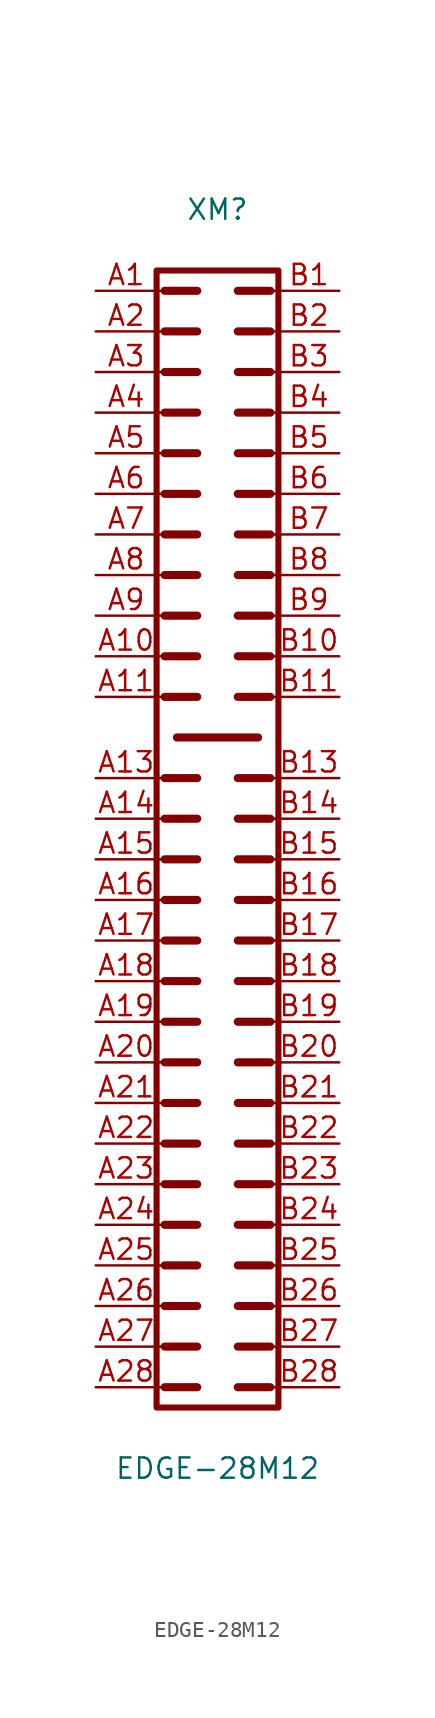
<source format=kicad_sym>
(kicad_symbol_lib
  (version 20231120)
  (generator "kicad_symbol_editor")
  (generator_version "8.0")
  (symbol "EDGE-28M12"
    (pin_names
      (offset 1.016))
    (property "Reference" "XM"
      (at 0 39.37 0)
      (effects (font (size 1.27 1.27))))
    (property "Value" "EDGE-28M12"
      (at 0 -39.37 0)
      (effects (font (size 1.27 1.27))))
    (symbol "EDGE-28M12_0_0"
      (polyline (pts (xy -2.54 6.35) (xy 2.54 6.35)) (stroke (width 0.508) (type default)) (fill (type none))))
    (symbol "EDGE-28M12_0_1"
      (rectangle (start -3.81 35.56) (end 3.81 -35.56) (stroke (width 0.381) (type default)) (fill (type none)))
      (polyline (pts (xy -3.81 -34.29) (xy -3.302 -34.29)) (stroke (width 0) (type default)) (fill (type none)))
      (polyline (pts (xy -3.81 -31.75) (xy -3.302 -31.75)) (stroke (width 0) (type default)) (fill (type none)))
      (polyline (pts (xy -3.81 -29.21) (xy -3.302 -29.21)) (stroke (width 0) (type default)) (fill (type none)))
      (polyline (pts (xy -3.81 -26.67) (xy -3.302 -26.67)) (stroke (width 0) (type default)) (fill (type none)))
      (polyline (pts (xy -3.81 -24.13) (xy -3.302 -24.13)) (stroke (width 0) (type default)) (fill (type none)))
      (polyline (pts (xy -3.81 -21.59) (xy -3.302 -21.59)) (stroke (width 0) (type default)) (fill (type none)))
      (polyline (pts (xy -3.81 -19.05) (xy -3.302 -19.05)) (stroke (width 0) (type default)) (fill (type none)))
      (polyline (pts (xy -3.81 -16.51) (xy -3.302 -16.51)) (stroke (width 0) (type default)) (fill (type none)))
      (polyline (pts (xy -3.81 -13.97) (xy -3.302 -13.97)) (stroke (width 0) (type default)) (fill (type none)))
      (polyline (pts (xy -3.81 -11.43) (xy -3.302 -11.43)) (stroke (width 0) (type default)) (fill (type none)))
      (polyline (pts (xy -3.81 -8.89) (xy -3.302 -8.89)) (stroke (width 0) (type default)) (fill (type none)))
      (polyline (pts (xy -3.81 -6.35) (xy -3.302 -6.35)) (stroke (width 0) (type default)) (fill (type none)))
      (polyline (pts (xy -3.81 -3.81) (xy -3.302 -3.81)) (stroke (width 0) (type default)) (fill (type none)))
      (polyline (pts (xy -3.81 -1.27) (xy -3.302 -1.27)) (stroke (width 0) (type default)) (fill (type none)))
      (polyline (pts (xy -3.81 1.27) (xy -3.302 1.27)) (stroke (width 0) (type default)) (fill (type none)))
      (polyline (pts (xy -3.81 3.81) (xy -3.302 3.81)) (stroke (width 0) (type default)) (fill (type none)))
      (polyline (pts (xy -3.81 8.89) (xy -3.302 8.89)) (stroke (width 0) (type default)) (fill (type none)))
      (polyline (pts (xy -3.81 11.43) (xy -3.302 11.43)) (stroke (width 0) (type default)) (fill (type none)))
      (polyline (pts (xy -3.81 13.97) (xy -3.302 13.97)) (stroke (width 0) (type default)) (fill (type none)))
      (polyline (pts (xy -3.81 16.51) (xy -3.302 16.51)) (stroke (width 0) (type default)) (fill (type none)))
      (polyline (pts (xy -3.81 19.05) (xy -3.302 19.05)) (stroke (width 0) (type default)) (fill (type none)))
      (polyline (pts (xy -3.81 21.59) (xy -3.302 21.59)) (stroke (width 0) (type default)) (fill (type none)))
      (polyline (pts (xy -3.81 24.13) (xy -3.302 24.13)) (stroke (width 0) (type default)) (fill (type none)))
      (polyline (pts (xy -3.81 26.67) (xy -3.302 26.67)) (stroke (width 0) (type default)) (fill (type none)))
      (polyline (pts (xy -3.81 29.21) (xy -3.302 29.21)) (stroke (width 0) (type default)) (fill (type none)))
      (polyline (pts (xy -3.81 31.75) (xy -3.302 31.75)) (stroke (width 0) (type default)) (fill (type none)))
      (polyline (pts (xy -3.81 34.29) (xy -3.302 34.29)) (stroke (width 0) (type default)) (fill (type none)))
      (polyline (pts (xy -3.302 -34.29) (xy -1.27 -34.29)) (stroke (width 0.508) (type default)) (fill (type none)))
      (polyline (pts (xy -3.302 -31.75) (xy -1.27 -31.75)) (stroke (width 0.508) (type default)) (fill (type none)))
      (polyline (pts (xy -3.302 -29.21) (xy -1.27 -29.21)) (stroke (width 0.508) (type default)) (fill (type none)))
      (polyline (pts (xy -3.302 -26.67) (xy -1.27 -26.67)) (stroke (width 0.508) (type default)) (fill (type none)))
      (polyline (pts (xy -3.302 -24.13) (xy -1.27 -24.13)) (stroke (width 0.508) (type default)) (fill (type none)))
      (polyline (pts (xy -3.302 -21.59) (xy -1.27 -21.59)) (stroke (width 0.508) (type default)) (fill (type none)))
      (polyline (pts (xy -3.302 -19.05) (xy -1.27 -19.05)) (stroke (width 0.508) (type default)) (fill (type none)))
      (polyline (pts (xy -3.302 -16.51) (xy -1.27 -16.51)) (stroke (width 0.508) (type default)) (fill (type none)))
      (polyline (pts (xy -3.302 -13.97) (xy -1.27 -13.97)) (stroke (width 0.508) (type default)) (fill (type none)))
      (polyline (pts (xy -3.302 -11.43) (xy -1.27 -11.43)) (stroke (width 0.508) (type default)) (fill (type none)))
      (polyline (pts (xy -3.302 -8.89) (xy -1.27 -8.89)) (stroke (width 0.508) (type default)) (fill (type none)))
      (polyline (pts (xy -3.302 -6.35) (xy -1.27 -6.35)) (stroke (width 0.508) (type default)) (fill (type none)))
      (polyline (pts (xy -3.302 -3.81) (xy -1.27 -3.81)) (stroke (width 0.508) (type default)) (fill (type none)))
      (polyline (pts (xy -3.302 -1.27) (xy -1.27 -1.27)) (stroke (width 0.508) (type default)) (fill (type none)))
      (polyline (pts (xy -3.302 1.27) (xy -1.27 1.27)) (stroke (width 0.508) (type default)) (fill (type none)))
      (polyline (pts (xy -3.302 3.81) (xy -1.27 3.81)) (stroke (width 0.508) (type default)) (fill (type none)))
      (polyline (pts (xy -3.302 8.89) (xy -1.27 8.89)) (stroke (width 0.508) (type default)) (fill (type none)))
      (polyline (pts (xy -3.302 11.43) (xy -1.27 11.43)) (stroke (width 0.508) (type default)) (fill (type none)))
      (polyline (pts (xy -3.302 13.97) (xy -1.27 13.97)) (stroke (width 0.508) (type default)) (fill (type none)))
      (polyline (pts (xy -3.302 16.51) (xy -1.27 16.51)) (stroke (width 0.508) (type default)) (fill (type none)))
      (polyline (pts (xy -3.302 19.05) (xy -1.27 19.05)) (stroke (width 0.508) (type default)) (fill (type none)))
      (polyline (pts (xy -3.302 21.59) (xy -1.27 21.59)) (stroke (width 0.508) (type default)) (fill (type none)))
      (polyline (pts (xy -3.302 24.13) (xy -1.27 24.13)) (stroke (width 0.508) (type default)) (fill (type none)))
      (polyline (pts (xy -3.302 26.67) (xy -1.27 26.67)) (stroke (width 0.508) (type default)) (fill (type none)))
      (polyline (pts (xy -3.302 29.21) (xy -1.27 29.21)) (stroke (width 0.508) (type default)) (fill (type none)))
      (polyline (pts (xy -3.302 31.75) (xy -1.27 31.75)) (stroke (width 0.508) (type default)) (fill (type none)))
      (polyline (pts (xy -3.302 34.29) (xy -1.27 34.29)) (stroke (width 0.508) (type default)) (fill (type none)))
      (polyline (pts (xy 3.302 -34.29) (xy 1.27 -34.29)) (stroke (width 0.508) (type default)) (fill (type none)))
      (polyline (pts (xy 3.302 -31.75) (xy 1.27 -31.75)) (stroke (width 0.508) (type default)) (fill (type none)))
      (polyline (pts (xy 3.302 -29.21) (xy 1.27 -29.21)) (stroke (width 0.508) (type default)) (fill (type none)))
      (polyline (pts (xy 3.302 -26.67) (xy 1.27 -26.67)) (stroke (width 0.508) (type default)) (fill (type none)))
      (polyline (pts (xy 3.302 -24.13) (xy 1.27 -24.13)) (stroke (width 0.508) (type default)) (fill (type none)))
      (polyline (pts (xy 3.302 -21.59) (xy 1.27 -21.59)) (stroke (width 0.508) (type default)) (fill (type none)))
      (polyline (pts (xy 3.302 -19.05) (xy 1.27 -19.05)) (stroke (width 0.508) (type default)) (fill (type none)))
      (polyline (pts (xy 3.302 -16.51) (xy 1.27 -16.51)) (stroke (width 0.508) (type default)) (fill (type none)))
      (polyline (pts (xy 3.302 -13.97) (xy 1.27 -13.97)) (stroke (width 0.508) (type default)) (fill (type none)))
      (polyline (pts (xy 3.302 -11.43) (xy 1.27 -11.43)) (stroke (width 0.508) (type default)) (fill (type none)))
      (polyline (pts (xy 3.302 -8.89) (xy 1.27 -8.89)) (stroke (width 0.508) (type default)) (fill (type none)))
      (polyline (pts (xy 3.302 -6.35) (xy 1.27 -6.35)) (stroke (width 0.508) (type default)) (fill (type none)))
      (polyline (pts (xy 3.302 -3.81) (xy 1.27 -3.81)) (stroke (width 0.508) (type default)) (fill (type none)))
      (polyline (pts (xy 3.302 -1.27) (xy 1.27 -1.27)) (stroke (width 0.508) (type default)) (fill (type none)))
      (polyline (pts (xy 3.302 1.27) (xy 1.27 1.27)) (stroke (width 0.508) (type default)) (fill (type none)))
      (polyline (pts (xy 3.302 3.81) (xy 1.27 3.81)) (stroke (width 0.508) (type default)) (fill (type none)))
      (polyline (pts (xy 3.302 8.89) (xy 1.27 8.89)) (stroke (width 0.508) (type default)) (fill (type none)))
      (polyline (pts (xy 3.302 11.43) (xy 1.27 11.43)) (stroke (width 0.508) (type default)) (fill (type none)))
      (polyline (pts (xy 3.302 13.97) (xy 1.27 13.97)) (stroke (width 0.508) (type default)) (fill (type none)))
      (polyline (pts (xy 3.302 16.51) (xy 1.27 16.51)) (stroke (width 0.508) (type default)) (fill (type none)))
      (polyline (pts (xy 3.302 19.05) (xy 1.27 19.05)) (stroke (width 0.508) (type default)) (fill (type none)))
      (polyline (pts (xy 3.302 21.59) (xy 1.27 21.59)) (stroke (width 0.508) (type default)) (fill (type none)))
      (polyline (pts (xy 3.302 24.13) (xy 1.27 24.13)) (stroke (width 0.508) (type default)) (fill (type none)))
      (polyline (pts (xy 3.302 26.67) (xy 1.27 26.67)) (stroke (width 0.508) (type default)) (fill (type none)))
      (polyline (pts (xy 3.302 29.21) (xy 1.27 29.21)) (stroke (width 0.508) (type default)) (fill (type none)))
      (polyline (pts (xy 3.302 31.75) (xy 1.27 31.75)) (stroke (width 0.508) (type default)) (fill (type none)))
      (polyline (pts (xy 3.302 34.29) (xy 1.27 34.29)) (stroke (width 0.508) (type default)) (fill (type none)))
      (polyline (pts (xy 3.81 -34.29) (xy 3.302 -34.29)) (stroke (width 0) (type default)) (fill (type none)))
      (polyline (pts (xy 3.81 -31.75) (xy 3.302 -31.75)) (stroke (width 0) (type default)) (fill (type none)))
      (polyline (pts (xy 3.81 -29.21) (xy 3.302 -29.21)) (stroke (width 0) (type default)) (fill (type none)))
      (polyline (pts (xy 3.81 -26.67) (xy 3.302 -26.67)) (stroke (width 0) (type default)) (fill (type none)))
      (polyline (pts (xy 3.81 -24.13) (xy 3.302 -24.13)) (stroke (width 0) (type default)) (fill (type none)))
      (polyline (pts (xy 3.81 -21.59) (xy 3.302 -21.59)) (stroke (width 0) (type default)) (fill (type none)))
      (polyline (pts (xy 3.81 -19.05) (xy 3.302 -19.05)) (stroke (width 0) (type default)) (fill (type none)))
      (polyline (pts (xy 3.81 -16.51) (xy 3.302 -16.51)) (stroke (width 0) (type default)) (fill (type none)))
      (polyline (pts (xy 3.81 -13.97) (xy 3.302 -13.97)) (stroke (width 0) (type default)) (fill (type none)))
      (polyline (pts (xy 3.81 -11.43) (xy 3.302 -11.43)) (stroke (width 0) (type default)) (fill (type none)))
      (polyline (pts (xy 3.81 -8.89) (xy 3.302 -8.89)) (stroke (width 0) (type default)) (fill (type none)))
      (polyline (pts (xy 3.81 -6.35) (xy 3.302 -6.35)) (stroke (width 0) (type default)) (fill (type none)))
      (polyline (pts (xy 3.81 -3.81) (xy 3.302 -3.81)) (stroke (width 0) (type default)) (fill (type none)))
      (polyline (pts (xy 3.81 -1.27) (xy 3.302 -1.27)) (stroke (width 0) (type default)) (fill (type none)))
      (polyline (pts (xy 3.81 1.27) (xy 3.302 1.27)) (stroke (width 0) (type default)) (fill (type none)))
      (polyline (pts (xy 3.81 3.81) (xy 3.302 3.81)) (stroke (width 0) (type default)) (fill (type none)))
      (polyline (pts (xy 3.81 8.89) (xy 3.302 8.89)) (stroke (width 0) (type default)) (fill (type none)))
      (polyline (pts (xy 3.81 11.43) (xy 3.302 11.43)) (stroke (width 0) (type default)) (fill (type none)))
      (polyline (pts (xy 3.81 13.97) (xy 3.302 13.97)) (stroke (width 0) (type default)) (fill (type none)))
      (polyline (pts (xy 3.81 16.51) (xy 3.302 16.51)) (stroke (width 0) (type default)) (fill (type none)))
      (polyline (pts (xy 3.81 19.05) (xy 3.302 19.05)) (stroke (width 0) (type default)) (fill (type none)))
      (polyline (pts (xy 3.81 21.59) (xy 3.302 21.59)) (stroke (width 0) (type default)) (fill (type none)))
      (polyline (pts (xy 3.81 24.13) (xy 3.302 24.13)) (stroke (width 0) (type default)) (fill (type none)))
      (polyline (pts (xy 3.81 26.67) (xy 3.302 26.67)) (stroke (width 0) (type default)) (fill (type none)))
      (polyline (pts (xy 3.81 29.21) (xy 3.302 29.21)) (stroke (width 0) (type default)) (fill (type none)))
      (polyline (pts (xy 3.81 31.75) (xy 3.302 31.75)) (stroke (width 0) (type default)) (fill (type none)))
      (polyline (pts (xy 3.81 34.29) (xy 3.302 34.29)) (stroke (width 0) (type default)) (fill (type none))))
    (symbol "EDGE-28M12_1_1"
      (pin passive line (at -7.62 34.29 0) (length 3.81) (name "~" (effects (font (size 1.27 1.27)))) (number "A1" (effects (font (size 1.27 1.27)))))
      (pin passive line (at -7.62 11.43 0) (length 3.81) (name "~" (effects (font (size 1.27 1.27)))) (number "A10" (effects (font (size 1.27 1.27)))))
      (pin passive line (at -7.62 8.89 0) (length 3.81) (name "~" (effects (font (size 1.27 1.27)))) (number "A11" (effects (font (size 1.27 1.27)))))
      (pin passive line (at -7.62 3.81 0) (length 3.81) (name "~" (effects (font (size 1.27 1.27)))) (number "A13" (effects (font (size 1.27 1.27)))))
      (pin passive line (at -7.62 1.27 0) (length 3.81) (name "~" (effects (font (size 1.27 1.27)))) (number "A14" (effects (font (size 1.27 1.27)))))
      (pin passive line (at -7.62 -1.27 0) (length 3.81) (name "~" (effects (font (size 1.27 1.27)))) (number "A15" (effects (font (size 1.27 1.27)))))
      (pin passive line (at -7.62 -3.81 0) (length 3.81) (name "~" (effects (font (size 1.27 1.27)))) (number "A16" (effects (font (size 1.27 1.27)))))
      (pin passive line (at -7.62 -6.35 0) (length 3.81) (name "~" (effects (font (size 1.27 1.27)))) (number "A17" (effects (font (size 1.27 1.27)))))
      (pin passive line (at -7.62 -8.89 0) (length 3.81) (name "~" (effects (font (size 1.27 1.27)))) (number "A18" (effects (font (size 1.27 1.27)))))
      (pin passive line (at -7.62 -11.43 0) (length 3.81) (name "~" (effects (font (size 1.27 1.27)))) (number "A19" (effects (font (size 1.27 1.27)))))
      (pin passive line (at -7.62 31.75 0) (length 3.81) (name "~" (effects (font (size 1.27 1.27)))) (number "A2" (effects (font (size 1.27 1.27)))))
      (pin passive line (at -7.62 -13.97 0) (length 3.81) (name "~" (effects (font (size 1.27 1.27)))) (number "A20" (effects (font (size 1.27 1.27)))))
      (pin passive line (at -7.62 -16.51 0) (length 3.81) (name "~" (effects (font (size 1.27 1.27)))) (number "A21" (effects (font (size 1.27 1.27)))))
      (pin passive line (at -7.62 -19.05 0) (length 3.81) (name "~" (effects (font (size 1.27 1.27)))) (number "A22" (effects (font (size 1.27 1.27)))))
      (pin passive line (at -7.62 -21.59 0) (length 3.81) (name "~" (effects (font (size 1.27 1.27)))) (number "A23" (effects (font (size 1.27 1.27)))))
      (pin passive line (at -7.62 -24.13 0) (length 3.81) (name "~" (effects (font (size 1.27 1.27)))) (number "A24" (effects (font (size 1.27 1.27)))))
      (pin passive line (at -7.62 -26.67 0) (length 3.81) (name "~" (effects (font (size 1.27 1.27)))) (number "A25" (effects (font (size 1.27 1.27)))))
      (pin passive line (at -7.62 -29.21 0) (length 3.81) (name "~" (effects (font (size 1.27 1.27)))) (number "A26" (effects (font (size 1.27 1.27)))))
      (pin passive line (at -7.62 -31.75 0) (length 3.81) (name "~" (effects (font (size 1.27 1.27)))) (number "A27" (effects (font (size 1.27 1.27)))))
      (pin passive line (at -7.62 -34.29 0) (length 3.81) (name "~" (effects (font (size 1.27 1.27)))) (number "A28" (effects (font (size 1.27 1.27)))))
      (pin passive line (at -7.62 29.21 0) (length 3.81) (name "~" (effects (font (size 1.27 1.27)))) (number "A3" (effects (font (size 1.27 1.27)))))
      (pin passive line (at -7.62 26.67 0) (length 3.81) (name "~" (effects (font (size 1.27 1.27)))) (number "A4" (effects (font (size 1.27 1.27)))))
      (pin passive line (at -7.62 24.13 0) (length 3.81) (name "~" (effects (font (size 1.27 1.27)))) (number "A5" (effects (font (size 1.27 1.27)))))
      (pin passive line (at -7.62 21.59 0) (length 3.81) (name "~" (effects (font (size 1.27 1.27)))) (number "A6" (effects (font (size 1.27 1.27)))))
      (pin passive line (at -7.62 19.05 0) (length 3.81) (name "~" (effects (font (size 1.27 1.27)))) (number "A7" (effects (font (size 1.27 1.27)))))
      (pin passive line (at -7.62 16.51 0) (length 3.81) (name "~" (effects (font (size 1.27 1.27)))) (number "A8" (effects (font (size 1.27 1.27)))))
      (pin passive line (at -7.62 13.97 0) (length 3.81) (name "~" (effects (font (size 1.27 1.27)))) (number "A9" (effects (font (size 1.27 1.27)))))
      (pin passive line (at 7.62 34.29 180) (length 3.81) (name "~" (effects (font (size 1.27 1.27)))) (number "B1" (effects (font (size 1.27 1.27)))))
      (pin passive line (at 7.62 11.43 180) (length 3.81) (name "~" (effects (font (size 1.27 1.27)))) (number "B10" (effects (font (size 1.27 1.27)))))
      (pin passive line (at 7.62 8.89 180) (length 3.81) (name "~" (effects (font (size 1.27 1.27)))) (number "B11" (effects (font (size 1.27 1.27)))))
      (pin passive line (at 7.62 3.81 180) (length 3.81) (name "~" (effects (font (size 1.27 1.27)))) (number "B13" (effects (font (size 1.27 1.27)))))
      (pin passive line (at 7.62 1.27 180) (length 3.81) (name "~" (effects (font (size 1.27 1.27)))) (number "B14" (effects (font (size 1.27 1.27)))))
      (pin passive line (at 7.62 -1.27 180) (length 3.81) (name "~" (effects (font (size 1.27 1.27)))) (number "B15" (effects (font (size 1.27 1.27)))))
      (pin passive line (at 7.62 -3.81 180) (length 3.81) (name "~" (effects (font (size 1.27 1.27)))) (number "B16" (effects (font (size 1.27 1.27)))))
      (pin passive line (at 7.62 -6.35 180) (length 3.81) (name "~" (effects (font (size 1.27 1.27)))) (number "B17" (effects (font (size 1.27 1.27)))))
      (pin passive line (at 7.62 -8.89 180) (length 3.81) (name "~" (effects (font (size 1.27 1.27)))) (number "B18" (effects (font (size 1.27 1.27)))))
      (pin passive line (at 7.62 -11.43 180) (length 3.81) (name "~" (effects (font (size 1.27 1.27)))) (number "B19" (effects (font (size 1.27 1.27)))))
      (pin passive line (at 7.62 31.75 180) (length 3.81) (name "~" (effects (font (size 1.27 1.27)))) (number "B2" (effects (font (size 1.27 1.27)))))
      (pin passive line (at 7.62 -13.97 180) (length 3.81) (name "~" (effects (font (size 1.27 1.27)))) (number "B20" (effects (font (size 1.27 1.27)))))
      (pin passive line (at 7.62 -16.51 180) (length 3.81) (name "~" (effects (font (size 1.27 1.27)))) (number "B21" (effects (font (size 1.27 1.27)))))
      (pin passive line (at 7.62 -19.05 180) (length 3.81) (name "~" (effects (font (size 1.27 1.27)))) (number "B22" (effects (font (size 1.27 1.27)))))
      (pin passive line (at 7.62 -21.59 180) (length 3.81) (name "~" (effects (font (size 1.27 1.27)))) (number "B23" (effects (font (size 1.27 1.27)))))
      (pin passive line (at 7.62 -24.13 180) (length 3.81) (name "~" (effects (font (size 1.27 1.27)))) (number "B24" (effects (font (size 1.27 1.27)))))
      (pin passive line (at 7.62 -26.67 180) (length 3.81) (name "~" (effects (font (size 1.27 1.27)))) (number "B25" (effects (font (size 1.27 1.27)))))
      (pin passive line (at 7.62 -29.21 180) (length 3.81) (name "~" (effects (font (size 1.27 1.27)))) (number "B26" (effects (font (size 1.27 1.27)))))
      (pin passive line (at 7.62 -31.75 180) (length 3.81) (name "~" (effects (font (size 1.27 1.27)))) (number "B27" (effects (font (size 1.27 1.27)))))
      (pin passive line (at 7.62 -34.29 180) (length 3.81) (name "~" (effects (font (size 1.27 1.27)))) (number "B28" (effects (font (size 1.27 1.27)))))
      (pin passive line (at 7.62 29.21 180) (length 3.81) (name "~" (effects (font (size 1.27 1.27)))) (number "B3" (effects (font (size 1.27 1.27)))))
      (pin passive line (at 7.62 26.67 180) (length 3.81) (name "~" (effects (font (size 1.27 1.27)))) (number "B4" (effects (font (size 1.27 1.27)))))
      (pin passive line (at 7.62 24.13 180) (length 3.81) (name "~" (effects (font (size 1.27 1.27)))) (number "B5" (effects (font (size 1.27 1.27)))))
      (pin passive line (at 7.62 21.59 180) (length 3.81) (name "~" (effects (font (size 1.27 1.27)))) (number "B6" (effects (font (size 1.27 1.27)))))
      (pin passive line (at 7.62 19.05 180) (length 3.81) (name "~" (effects (font (size 1.27 1.27)))) (number "B7" (effects (font (size 1.27 1.27)))))
      (pin passive line (at 7.62 16.51 180) (length 3.81) (name "~" (effects (font (size 1.27 1.27)))) (number "B8" (effects (font (size 1.27 1.27)))))
      (pin passive line (at 7.62 13.97 180) (length 3.81) (name "~" (effects (font (size 1.27 1.27)))) (number "B9" (effects (font (size 1.27 1.27))))))))
</source>
